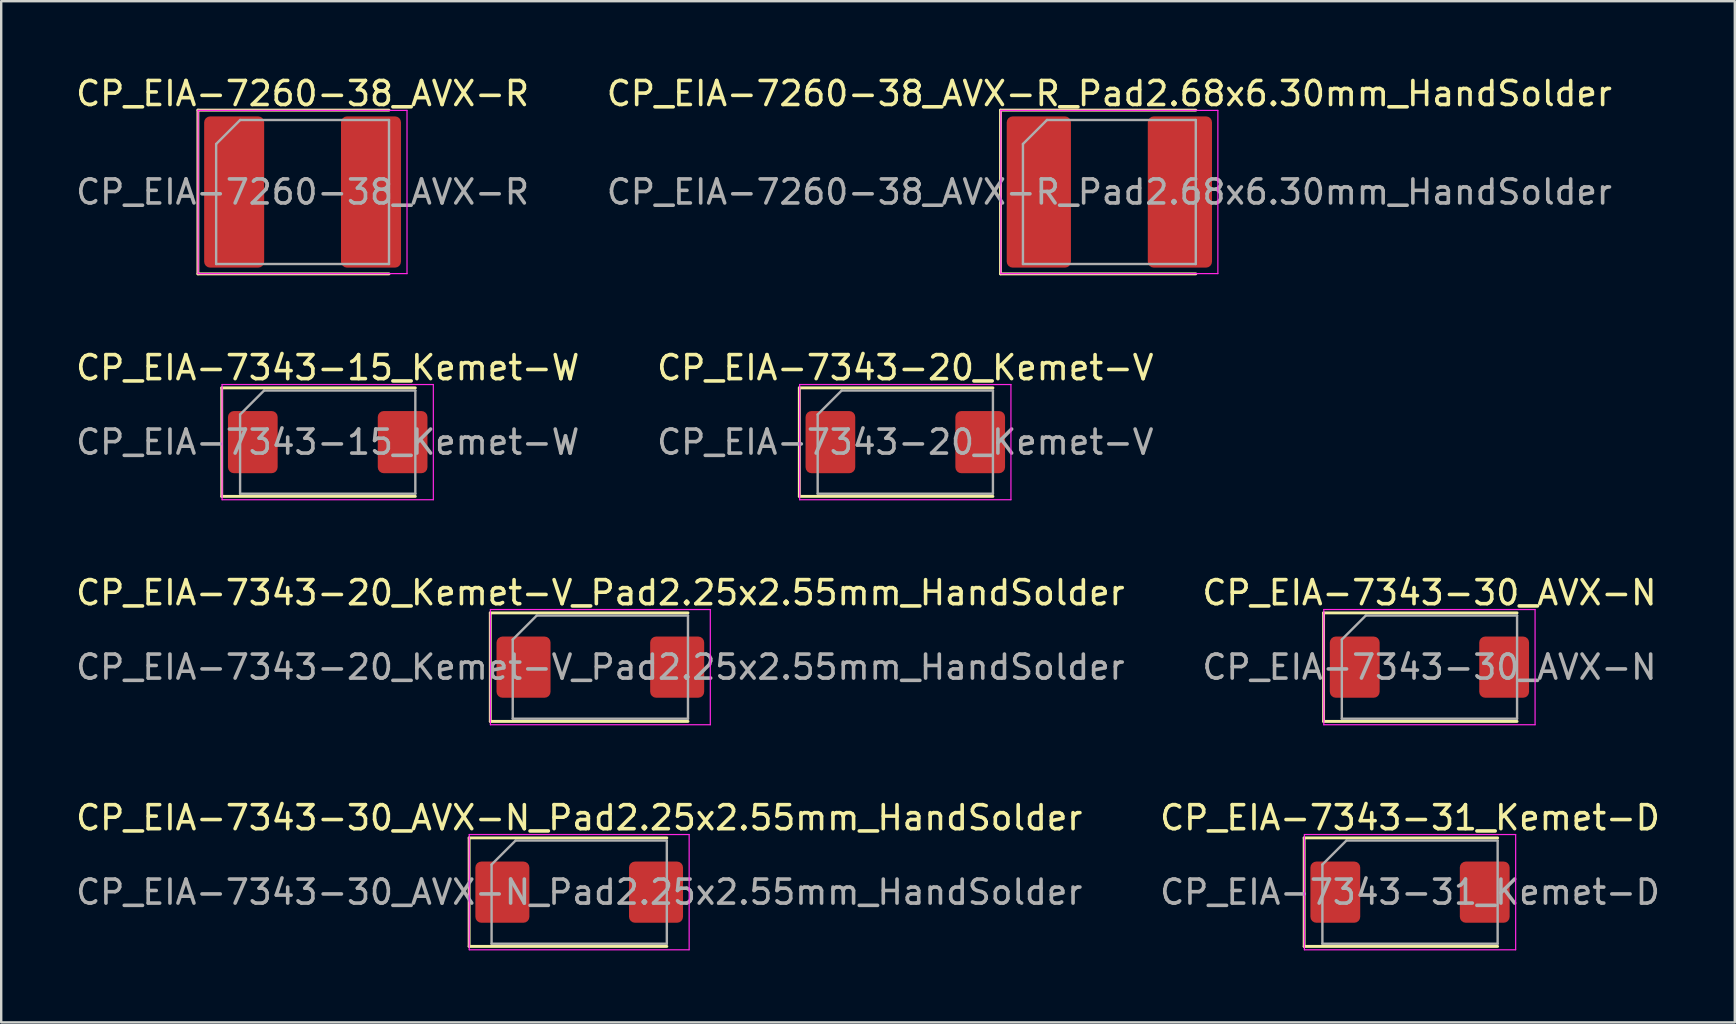
<source format=kicad_pcb>
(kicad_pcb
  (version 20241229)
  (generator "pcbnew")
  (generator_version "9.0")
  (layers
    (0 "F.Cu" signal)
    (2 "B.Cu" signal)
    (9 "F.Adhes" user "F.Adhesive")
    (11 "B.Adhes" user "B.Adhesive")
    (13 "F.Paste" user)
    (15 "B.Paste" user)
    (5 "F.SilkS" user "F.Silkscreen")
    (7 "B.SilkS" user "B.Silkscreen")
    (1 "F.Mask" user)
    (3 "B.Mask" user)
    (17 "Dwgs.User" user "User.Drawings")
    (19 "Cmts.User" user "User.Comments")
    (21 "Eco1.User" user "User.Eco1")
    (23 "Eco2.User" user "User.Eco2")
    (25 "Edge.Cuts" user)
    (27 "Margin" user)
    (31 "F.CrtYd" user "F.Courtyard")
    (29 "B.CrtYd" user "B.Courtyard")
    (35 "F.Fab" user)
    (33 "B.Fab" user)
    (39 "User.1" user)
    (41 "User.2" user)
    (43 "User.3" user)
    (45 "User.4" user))
  (footprint "CP_EIA-7260-38_AVX-R_Pad2.68x6.30mm_HandSolder"
    (layer "F.Cu")
    (at 43.161 4.948)
    (property "Reference" "CP_EIA-7260-38_AVX-R_Pad2.68x6.30mm_HandSolder" (at 0 -4.1 0) (layer "F.SilkS") (effects (font (size 1 1) (thickness 0.15))))
    (attr smd)
    (fp_line (start -4.535 -3.41) (end -4.535 3.41) (stroke (width 0.12) (type solid)) (layer "F.SilkS"))
    (fp_line (start -4.535 3.41) (end 3.6 3.41) (stroke (width 0.12) (type solid)) (layer "F.SilkS"))
    (fp_line (start 3.6 -3.41) (end -4.535 -3.41) (stroke (width 0.12) (type solid)) (layer "F.SilkS"))
    (fp_line (start -4.52 -3.4) (end 4.52 -3.4) (stroke (width 0.05) (type solid)) (layer "F.CrtYd"))
    (fp_line (start -4.52 3.4) (end -4.52 -3.4) (stroke (width 0.05) (type solid)) (layer "F.CrtYd"))
    (fp_line (start 4.52 -3.4) (end 4.52 3.4) (stroke (width 0.05) (type solid)) (layer "F.CrtYd"))
    (fp_line (start 4.52 3.4) (end -4.52 3.4) (stroke (width 0.05) (type solid)) (layer "F.CrtYd"))
    (fp_line (start -3.6 -2) (end -3.6 3) (stroke (width 0.1) (type solid)) (layer "F.Fab"))
    (fp_line (start -3.6 3) (end 3.6 3) (stroke (width 0.1) (type solid)) (layer "F.Fab"))
    (fp_line (start -2.6 -3) (end -3.6 -2) (stroke (width 0.1) (type solid)) (layer "F.Fab"))
    (fp_line (start 3.6 -3) (end -2.6 -3) (stroke (width 0.1) (type solid)) (layer "F.Fab"))
    (fp_line (start 3.6 3) (end 3.6 -3) (stroke (width 0.1) (type solid)) (layer "F.Fab"))
    (fp_text user "${REFERENCE}" (at 0 0 0) (layer "F.Fab") (effects (font (size 1 1) (thickness 0.15))))
    (pad "1" smd roundrect (at -2.938 0) (size 2.675 6.3) (layers "F.Cu" "F.Mask" "F.Paste") (roundrect_rratio 0.093))
    (pad "2" smd roundrect (at 2.938 0) (size 2.675 6.3) (layers "F.Cu" "F.Mask" "F.Paste") (roundrect_rratio 0.093)))
  (footprint "CP_EIA-7343-30_AVX-N_Pad2.25x2.55mm_HandSolder"
    (layer "F.Cu")
    (at 21.077 34.113)
    (property "Reference" "CP_EIA-7343-30_AVX-N_Pad2.25x2.55mm_HandSolder" (at 0 -3.1 0) (layer "F.SilkS") (effects (font (size 1 1) (thickness 0.15))))
    (attr smd)
    (fp_line (start -4.585 -2.26) (end -4.585 2.26) (stroke (width 0.12) (type solid)) (layer "F.SilkS"))
    (fp_line (start -4.585 2.26) (end 3.65 2.26) (stroke (width 0.12) (type solid)) (layer "F.SilkS"))
    (fp_line (start 3.65 -2.26) (end -4.585 -2.26) (stroke (width 0.12) (type solid)) (layer "F.SilkS"))
    (fp_line (start -4.58 -2.4) (end 4.58 -2.4) (stroke (width 0.05) (type solid)) (layer "F.CrtYd"))
    (fp_line (start -4.58 2.4) (end -4.58 -2.4) (stroke (width 0.05) (type solid)) (layer "F.CrtYd"))
    (fp_line (start 4.58 -2.4) (end 4.58 2.4) (stroke (width 0.05) (type solid)) (layer "F.CrtYd"))
    (fp_line (start 4.58 2.4) (end -4.58 2.4) (stroke (width 0.05) (type solid)) (layer "F.CrtYd"))
    (fp_line (start -3.65 -1.15) (end -3.65 2.15) (stroke (width 0.1) (type solid)) (layer "F.Fab"))
    (fp_line (start -3.65 2.15) (end 3.65 2.15) (stroke (width 0.1) (type solid)) (layer "F.Fab"))
    (fp_line (start -2.65 -2.15) (end -3.65 -1.15) (stroke (width 0.1) (type solid)) (layer "F.Fab"))
    (fp_line (start 3.65 -2.15) (end -2.65 -2.15) (stroke (width 0.1) (type solid)) (layer "F.Fab"))
    (fp_line (start 3.65 2.15) (end 3.65 -2.15) (stroke (width 0.1) (type solid)) (layer "F.Fab"))
    (fp_text user "${REFERENCE}" (at 0 0 0) (layer "F.Fab") (effects (font (size 1 1) (thickness 0.15))))
    (pad "1" smd roundrect (at -3.2 0) (size 2.25 2.55) (layers "F.Cu" "F.Mask" "F.Paste") (roundrect_rratio 0.111))
    (pad "2" smd roundrect (at 3.2 0) (size 2.25 2.55) (layers "F.Cu" "F.Mask" "F.Paste") (roundrect_rratio 0.111)))
  (footprint "CP_EIA-7343-15_Kemet-W"
    (layer "F.Cu")
    (at 10.601 15.367)
    (property "Reference" "CP_EIA-7343-15_Kemet-W" (at 0 -3.1 0) (layer "F.SilkS") (effects (font (size 1 1) (thickness 0.15))))
    (attr smd)
    (fp_line (start -4.415 -2.26) (end -4.415 2.26) (stroke (width 0.12) (type solid)) (layer "F.SilkS"))
    (fp_line (start -4.415 2.26) (end 3.65 2.26) (stroke (width 0.12) (type solid)) (layer "F.SilkS"))
    (fp_line (start 3.65 -2.26) (end -4.415 -2.26) (stroke (width 0.12) (type solid)) (layer "F.SilkS"))
    (fp_line (start -4.4 -2.4) (end 4.4 -2.4) (stroke (width 0.05) (type solid)) (layer "F.CrtYd"))
    (fp_line (start -4.4 2.4) (end -4.4 -2.4) (stroke (width 0.05) (type solid)) (layer "F.CrtYd"))
    (fp_line (start 4.4 -2.4) (end 4.4 2.4) (stroke (width 0.05) (type solid)) (layer "F.CrtYd"))
    (fp_line (start 4.4 2.4) (end -4.4 2.4) (stroke (width 0.05) (type solid)) (layer "F.CrtYd"))
    (fp_line (start -3.65 -1.15) (end -3.65 2.15) (stroke (width 0.1) (type solid)) (layer "F.Fab"))
    (fp_line (start -3.65 2.15) (end 3.65 2.15) (stroke (width 0.1) (type solid)) (layer "F.Fab"))
    (fp_line (start -2.65 -2.15) (end -3.65 -1.15) (stroke (width 0.1) (type solid)) (layer "F.Fab"))
    (fp_line (start 3.65 -2.15) (end -2.65 -2.15) (stroke (width 0.1) (type solid)) (layer "F.Fab"))
    (fp_line (start 3.65 2.15) (end 3.65 -2.15) (stroke (width 0.1) (type solid)) (layer "F.Fab"))
    (fp_text user "${REFERENCE}" (at 0 0 0) (layer "F.Fab") (effects (font (size 1 1) (thickness 0.15))))
    (pad "1" smd roundrect (at -3.12 0) (size 2.07 2.59) (layers "F.Cu" "F.Mask" "F.Paste") (roundrect_rratio 0.121))
    (pad "2" smd roundrect (at 3.12 0) (size 2.07 2.59) (layers "F.Cu" "F.Mask" "F.Paste") (roundrect_rratio 0.121)))
  (footprint "CP_EIA-7343-20_Kemet-V"
    (layer "F.Cu")
    (at 34.661 15.367)
    (property "Reference" "CP_EIA-7343-20_Kemet-V" (at 0 -3.1 0) (layer "F.SilkS") (effects (font (size 1 1) (thickness 0.15))))
    (attr smd)
    (fp_line (start -4.415 -2.26) (end -4.415 2.26) (stroke (width 0.12) (type solid)) (layer "F.SilkS"))
    (fp_line (start -4.415 2.26) (end 3.65 2.26) (stroke (width 0.12) (type solid)) (layer "F.SilkS"))
    (fp_line (start 3.65 -2.26) (end -4.415 -2.26) (stroke (width 0.12) (type solid)) (layer "F.SilkS"))
    (fp_line (start -4.4 -2.4) (end 4.4 -2.4) (stroke (width 0.05) (type solid)) (layer "F.CrtYd"))
    (fp_line (start -4.4 2.4) (end -4.4 -2.4) (stroke (width 0.05) (type solid)) (layer "F.CrtYd"))
    (fp_line (start 4.4 -2.4) (end 4.4 2.4) (stroke (width 0.05) (type solid)) (layer "F.CrtYd"))
    (fp_line (start 4.4 2.4) (end -4.4 2.4) (stroke (width 0.05) (type solid)) (layer "F.CrtYd"))
    (fp_line (start -3.65 -1.15) (end -3.65 2.15) (stroke (width 0.1) (type solid)) (layer "F.Fab"))
    (fp_line (start -3.65 2.15) (end 3.65 2.15) (stroke (width 0.1) (type solid)) (layer "F.Fab"))
    (fp_line (start -2.65 -2.15) (end -3.65 -1.15) (stroke (width 0.1) (type solid)) (layer "F.Fab"))
    (fp_line (start 3.65 -2.15) (end -2.65 -2.15) (stroke (width 0.1) (type solid)) (layer "F.Fab"))
    (fp_line (start 3.65 2.15) (end 3.65 -2.15) (stroke (width 0.1) (type solid)) (layer "F.Fab"))
    (fp_text user "${REFERENCE}" (at 0 0 0) (layer "F.Fab") (effects (font (size 1 1) (thickness 0.15))))
    (pad "1" smd roundrect (at -3.12 0) (size 2.07 2.59) (layers "F.Cu" "F.Mask" "F.Paste") (roundrect_rratio 0.121))
    (pad "2" smd roundrect (at 3.12 0) (size 2.07 2.59) (layers "F.Cu" "F.Mask" "F.Paste") (roundrect_rratio 0.121)))
  (footprint "CP_EIA-7343-31_Kemet-D"
    (layer "F.Cu")
    (at 55.685 34.113)
    (property "Reference" "CP_EIA-7343-31_Kemet-D" (at 0 -3.1 0) (layer "F.SilkS") (effects (font (size 1 1) (thickness 0.15))))
    (attr smd)
    (fp_line (start -4.41 -2.26) (end -4.41 2.26) (stroke (width 0.12) (type solid)) (layer "F.SilkS"))
    (fp_line (start -4.41 2.26) (end 3.65 2.26) (stroke (width 0.12) (type solid)) (layer "F.SilkS"))
    (fp_line (start 3.65 -2.26) (end -4.41 -2.26) (stroke (width 0.12) (type solid)) (layer "F.SilkS"))
    (fp_line (start -4.4 -2.4) (end 4.4 -2.4) (stroke (width 0.05) (type solid)) (layer "F.CrtYd"))
    (fp_line (start -4.4 2.4) (end -4.4 -2.4) (stroke (width 0.05) (type solid)) (layer "F.CrtYd"))
    (fp_line (start 4.4 -2.4) (end 4.4 2.4) (stroke (width 0.05) (type solid)) (layer "F.CrtYd"))
    (fp_line (start 4.4 2.4) (end -4.4 2.4) (stroke (width 0.05) (type solid)) (layer "F.CrtYd"))
    (fp_line (start -3.65 -1.15) (end -3.65 2.15) (stroke (width 0.1) (type solid)) (layer "F.Fab"))
    (fp_line (start -3.65 2.15) (end 3.65 2.15) (stroke (width 0.1) (type solid)) (layer "F.Fab"))
    (fp_line (start -2.65 -2.15) (end -3.65 -1.15) (stroke (width 0.1) (type solid)) (layer "F.Fab"))
    (fp_line (start 3.65 -2.15) (end -2.65 -2.15) (stroke (width 0.1) (type solid)) (layer "F.Fab"))
    (fp_line (start 3.65 2.15) (end 3.65 -2.15) (stroke (width 0.1) (type solid)) (layer "F.Fab"))
    (fp_text user "${REFERENCE}" (at 0 0 0) (layer "F.Fab") (effects (font (size 1 1) (thickness 0.15))))
    (pad "1" smd roundrect (at -3.112 0) (size 2.075 2.55) (layers "F.Cu" "F.Mask" "F.Paste") (roundrect_rratio 0.12))
    (pad "2" smd roundrect (at 3.112 0) (size 2.075 2.55) (layers "F.Cu" "F.Mask" "F.Paste") (roundrect_rratio 0.12)))
  (footprint "CP_EIA-7260-38_AVX-R"
    (layer "F.Cu")
    (at 9.554 4.948)
    (property "Reference" "CP_EIA-7260-38_AVX-R" (at 0 -4.1 0) (layer "F.SilkS") (effects (font (size 1 1) (thickness 0.15))))
    (attr smd)
    (fp_line (start -4.36 -3.41) (end -4.36 3.41) (stroke (width 0.12) (type solid)) (layer "F.SilkS"))
    (fp_line (start -4.36 3.41) (end 3.6 3.41) (stroke (width 0.12) (type solid)) (layer "F.SilkS"))
    (fp_line (start 3.6 -3.41) (end -4.36 -3.41) (stroke (width 0.12) (type solid)) (layer "F.SilkS"))
    (fp_line (start -4.35 -3.4) (end 4.35 -3.4) (stroke (width 0.05) (type solid)) (layer "F.CrtYd"))
    (fp_line (start -4.35 3.4) (end -4.35 -3.4) (stroke (width 0.05) (type solid)) (layer "F.CrtYd"))
    (fp_line (start 4.35 -3.4) (end 4.35 3.4) (stroke (width 0.05) (type solid)) (layer "F.CrtYd"))
    (fp_line (start 4.35 3.4) (end -4.35 3.4) (stroke (width 0.05) (type solid)) (layer "F.CrtYd"))
    (fp_line (start -3.6 -2) (end -3.6 3) (stroke (width 0.1) (type solid)) (layer "F.Fab"))
    (fp_line (start -3.6 3) (end 3.6 3) (stroke (width 0.1) (type solid)) (layer "F.Fab"))
    (fp_line (start -2.6 -3) (end -3.6 -2) (stroke (width 0.1) (type solid)) (layer "F.Fab"))
    (fp_line (start 3.6 -3) (end -2.6 -3) (stroke (width 0.1) (type solid)) (layer "F.Fab"))
    (fp_line (start 3.6 3) (end 3.6 -3) (stroke (width 0.1) (type solid)) (layer "F.Fab"))
    (fp_text user "${REFERENCE}" (at 0 0 0) (layer "F.Fab") (effects (font (size 1 1) (thickness 0.15))))
    (pad "1" smd roundrect (at -2.85 0) (size 2.5 6.3) (layers "F.Cu" "F.Mask" "F.Paste") (roundrect_rratio 0.1))
    (pad "2" smd roundrect (at 2.85 0) (size 2.5 6.3) (layers "F.Cu" "F.Mask" "F.Paste") (roundrect_rratio 0.1)))
  (footprint "CP_EIA-7343-30_AVX-N"
    (layer "F.Cu")
    (at 56.494 24.74)
    (property "Reference" "CP_EIA-7343-30_AVX-N" (at 0 -3.1 0) (layer "F.SilkS") (effects (font (size 1 1) (thickness 0.15))))
    (attr smd)
    (fp_line (start -4.41 -2.26) (end -4.41 2.26) (stroke (width 0.12) (type solid)) (layer "F.SilkS"))
    (fp_line (start -4.41 2.26) (end 3.65 2.26) (stroke (width 0.12) (type solid)) (layer "F.SilkS"))
    (fp_line (start 3.65 -2.26) (end -4.41 -2.26) (stroke (width 0.12) (type solid)) (layer "F.SilkS"))
    (fp_line (start -4.4 -2.4) (end 4.4 -2.4) (stroke (width 0.05) (type solid)) (layer "F.CrtYd"))
    (fp_line (start -4.4 2.4) (end -4.4 -2.4) (stroke (width 0.05) (type solid)) (layer "F.CrtYd"))
    (fp_line (start 4.4 -2.4) (end 4.4 2.4) (stroke (width 0.05) (type solid)) (layer "F.CrtYd"))
    (fp_line (start 4.4 2.4) (end -4.4 2.4) (stroke (width 0.05) (type solid)) (layer "F.CrtYd"))
    (fp_line (start -3.65 -1.15) (end -3.65 2.15) (stroke (width 0.1) (type solid)) (layer "F.Fab"))
    (fp_line (start -3.65 2.15) (end 3.65 2.15) (stroke (width 0.1) (type solid)) (layer "F.Fab"))
    (fp_line (start -2.65 -2.15) (end -3.65 -1.15) (stroke (width 0.1) (type solid)) (layer "F.Fab"))
    (fp_line (start 3.65 -2.15) (end -2.65 -2.15) (stroke (width 0.1) (type solid)) (layer "F.Fab"))
    (fp_line (start 3.65 2.15) (end 3.65 -2.15) (stroke (width 0.1) (type solid)) (layer "F.Fab"))
    (fp_text user "${REFERENCE}" (at 0 0 0) (layer "F.Fab") (effects (font (size 1 1) (thickness 0.15))))
    (pad "1" smd roundrect (at -3.112 0) (size 2.075 2.55) (layers "F.Cu" "F.Mask" "F.Paste") (roundrect_rratio 0.12))
    (pad "2" smd roundrect (at 3.112 0) (size 2.075 2.55) (layers "F.Cu" "F.Mask" "F.Paste") (roundrect_rratio 0.12)))
  (footprint "CP_EIA-7343-20_Kemet-V_Pad2.25x2.55mm_HandSolder"
    (layer "F.Cu")
    (at 21.958 24.74)
    (property "Reference" "CP_EIA-7343-20_Kemet-V_Pad2.25x2.55mm_HandSolder" (at 0 -3.1 0) (layer "F.SilkS") (effects (font (size 1 1) (thickness 0.15))))
    (attr smd)
    (fp_line (start -4.585 -2.26) (end -4.585 2.26) (stroke (width 0.12) (type solid)) (layer "F.SilkS"))
    (fp_line (start -4.585 2.26) (end 3.65 2.26) (stroke (width 0.12) (type solid)) (layer "F.SilkS"))
    (fp_line (start 3.65 -2.26) (end -4.585 -2.26) (stroke (width 0.12) (type solid)) (layer "F.SilkS"))
    (fp_line (start -4.58 -2.4) (end 4.58 -2.4) (stroke (width 0.05) (type solid)) (layer "F.CrtYd"))
    (fp_line (start -4.58 2.4) (end -4.58 -2.4) (stroke (width 0.05) (type solid)) (layer "F.CrtYd"))
    (fp_line (start 4.58 -2.4) (end 4.58 2.4) (stroke (width 0.05) (type solid)) (layer "F.CrtYd"))
    (fp_line (start 4.58 2.4) (end -4.58 2.4) (stroke (width 0.05) (type solid)) (layer "F.CrtYd"))
    (fp_line (start -3.65 -1.15) (end -3.65 2.15) (stroke (width 0.1) (type solid)) (layer "F.Fab"))
    (fp_line (start -3.65 2.15) (end 3.65 2.15) (stroke (width 0.1) (type solid)) (layer "F.Fab"))
    (fp_line (start -2.65 -2.15) (end -3.65 -1.15) (stroke (width 0.1) (type solid)) (layer "F.Fab"))
    (fp_line (start 3.65 -2.15) (end -2.65 -2.15) (stroke (width 0.1) (type solid)) (layer "F.Fab"))
    (fp_line (start 3.65 2.15) (end 3.65 -2.15) (stroke (width 0.1) (type solid)) (layer "F.Fab"))
    (fp_text user "${REFERENCE}" (at 0 0 0) (layer "F.Fab") (effects (font (size 1 1) (thickness 0.15))))
    (pad "1" smd roundrect (at -3.2 0) (size 2.25 2.55) (layers "F.Cu" "F.Mask" "F.Paste") (roundrect_rratio 0.111))
    (pad "2" smd roundrect (at 3.2 0) (size 2.25 2.55) (layers "F.Cu" "F.Mask" "F.Paste") (roundrect_rratio 0.111)))
  (gr_rect
    (start -3 -3)
    (end 69.214 39.538)
    (stroke (width 0.1) (type default))
    (fill no)
    (layer "Edge.Cuts")))
</source>
